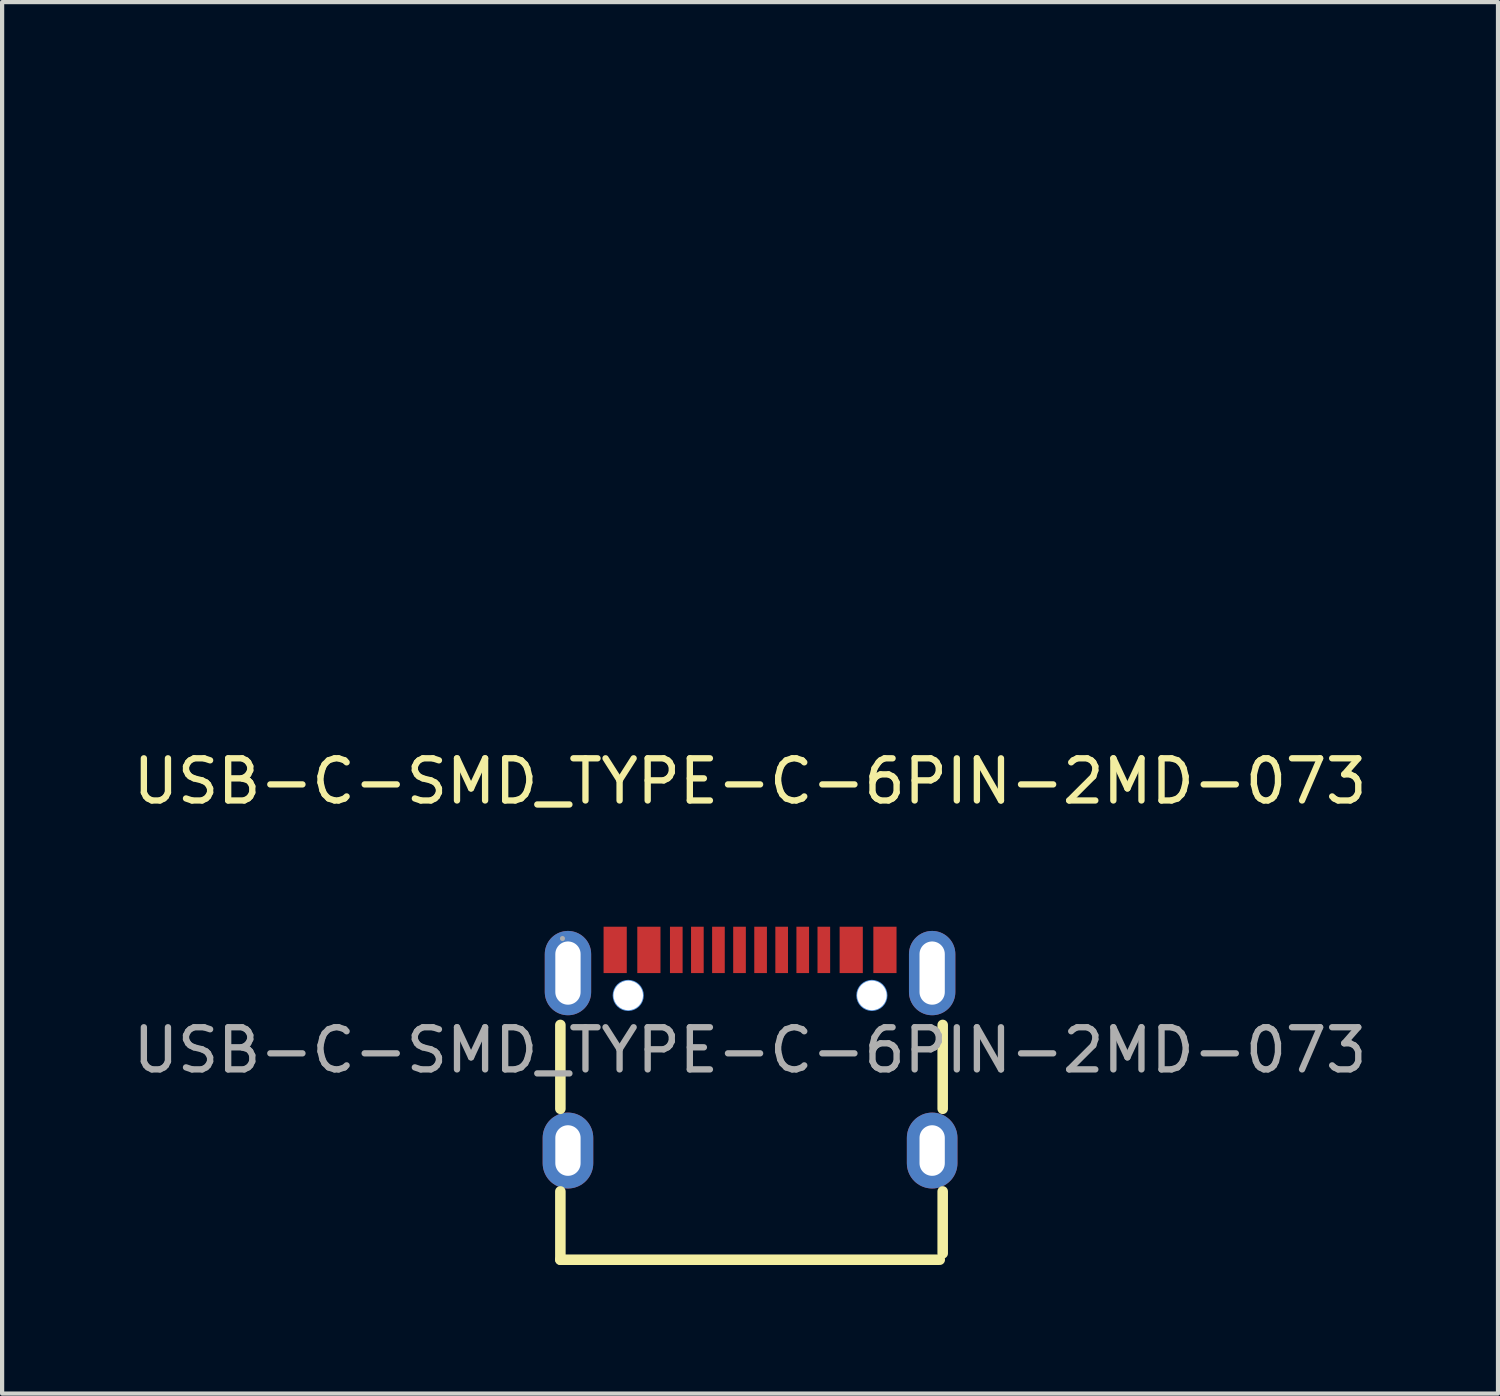
<source format=kicad_pcb>
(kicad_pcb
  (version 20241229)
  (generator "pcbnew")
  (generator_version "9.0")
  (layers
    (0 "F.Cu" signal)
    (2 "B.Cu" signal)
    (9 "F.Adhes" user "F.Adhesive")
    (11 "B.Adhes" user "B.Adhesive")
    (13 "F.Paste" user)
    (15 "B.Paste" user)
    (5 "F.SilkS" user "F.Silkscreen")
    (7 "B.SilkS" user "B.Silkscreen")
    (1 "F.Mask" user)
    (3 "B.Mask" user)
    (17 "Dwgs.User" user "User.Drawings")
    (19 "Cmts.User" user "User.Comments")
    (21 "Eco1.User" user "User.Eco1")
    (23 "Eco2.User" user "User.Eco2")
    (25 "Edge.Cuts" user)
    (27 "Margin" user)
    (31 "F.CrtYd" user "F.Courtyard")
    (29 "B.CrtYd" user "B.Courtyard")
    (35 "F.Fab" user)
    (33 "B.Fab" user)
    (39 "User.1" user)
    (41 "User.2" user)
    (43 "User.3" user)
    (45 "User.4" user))
  (footprint "USB-C-SMD_TYPE-C-6PIN-2MD-073"
    (layer "F.Cu")
    (at 14.744 21.865)
    (property "Reference" "USB-C-SMD_TYPE-C-6PIN-2MD-073" (at 0 -6.38 0) (layer "F.SilkS") (effects (font (size 1 1) (thickness 0.15))))
    (attr smd)
    (fp_line (start -4.5 1.39) (end -4.5 -0.6) (stroke (width 0.25) (type solid)) (layer "F.SilkS"))
    (fp_line (start -4.5 4.97) (end -4.5 3.35) (stroke (width 0.25) (type solid)) (layer "F.SilkS"))
    (fp_line (start 4.5 4.97) (end -4.5 4.97) (stroke (width 0.25) (type solid)) (layer "F.SilkS"))
    (fp_line (start 4.57 1.39) (end 4.57 -0.6) (stroke (width 0.25) (type solid)) (layer "F.SilkS"))
    (fp_line (start 4.57 4.82) (end 4.57 3.35) (stroke (width 0.25) (type solid)) (layer "F.SilkS"))
    (fp_circle (center -2.89 -1.3) (end -2.77 -1.3) (stroke (width 0.25) (type solid)) (fill no) (layer "Cmts.User"))
    (fp_circle (center 2.89 -1.3) (end 3.01 -1.3) (stroke (width 0.25) (type solid)) (fill no) (layer "Cmts.User"))
    (fp_rect (start -11.27 -21.86) (end 11.23 5.14) (stroke (width 0.01) (type default)) (fill no) (layer "Eco1.User"))
    (fp_circle (center -4.45 -2.65) (end -4.42 -2.65) (stroke (width 0.06) (type solid)) (fill no) (layer "F.Fab"))
    (fp_text user "${REFERENCE}" (at 0 0 0) (layer "F.Fab") (effects (font (size 1 1) (thickness 0.15))))
    (pad "" thru_hole circle (at -2.89 -1.3) (size 0.7 0.7) (drill 0.7) (layers "*.Cu" "*.Mask"))
    (pad "" thru_hole circle (at 2.89 -1.3) (size 0.7 0.7) (drill 0.7) (layers "*.Cu" "*.Mask"))
    (pad "1" smd rect (at -3.2 -2.38) (size 0.55 1.1) (layers "F.Cu" "F.Mask" "F.Paste"))
    (pad "2" smd rect (at -2.4 -2.38) (size 0.55 1.1) (layers "F.Cu" "F.Mask" "F.Paste"))
    (pad "3" smd rect (at -1.75 -2.38) (size 0.3 1.1) (layers "F.Cu" "F.Mask" "F.Paste"))
    (pad "4" smd rect (at -1.25 -2.38) (size 0.3 1.1) (layers "F.Cu" "F.Mask" "F.Paste"))
    (pad "5" smd rect (at -0.75 -2.38) (size 0.3 1.1) (layers "F.Cu" "F.Mask" "F.Paste"))
    (pad "6" smd rect (at -0.25 -2.38) (size 0.3 1.1) (layers "F.Cu" "F.Mask" "F.Paste"))
    (pad "7" smd rect (at 0.25 -2.38) (size 0.3 1.1) (layers "F.Cu" "F.Mask" "F.Paste"))
    (pad "8" smd rect (at 0.75 -2.38) (size 0.3 1.1) (layers "F.Cu" "F.Mask" "F.Paste"))
    (pad "9" smd rect (at 1.25 -2.38) (size 0.3 1.1) (layers "F.Cu" "F.Mask" "F.Paste"))
    (pad "10" smd rect (at 1.75 -2.38) (size 0.3 1.1) (layers "F.Cu" "F.Mask" "F.Paste"))
    (pad "11" smd rect (at 2.4 -2.38) (size 0.55 1.1) (layers "F.Cu" "F.Mask" "F.Paste"))
    (pad "12" smd rect (at 3.2 -2.38) (size 0.55 1.1) (layers "F.Cu" "F.Mask" "F.Paste"))
    (pad "13" thru_hole oval (at -4.32 -1.83) (size 1.1 2) (drill oval 0.6 1.5) (layers "*.Cu" "*.Mask"))
    (pad "13" thru_hole oval (at -4.32 2.38) (size 1.2 1.8) (drill oval 0.6 1.2) (layers "*.Cu" "*.Mask"))
    (pad "14" thru_hole oval (at 4.32 -1.83) (size 1.1 2) (drill oval 0.6 1.5) (layers "*.Cu" "*.Mask"))
    (pad "14" thru_hole oval (at 4.32 2.38) (size 1.2 1.8) (drill oval 0.6 1.2) (layers "*.Cu" "*.Mask")))
  (gr_rect
    (start -3 -3)
    (end 32.488 30.01)
    (stroke (width 0.1) (type default))
    (fill no)
    (layer "Edge.Cuts")))
</source>
